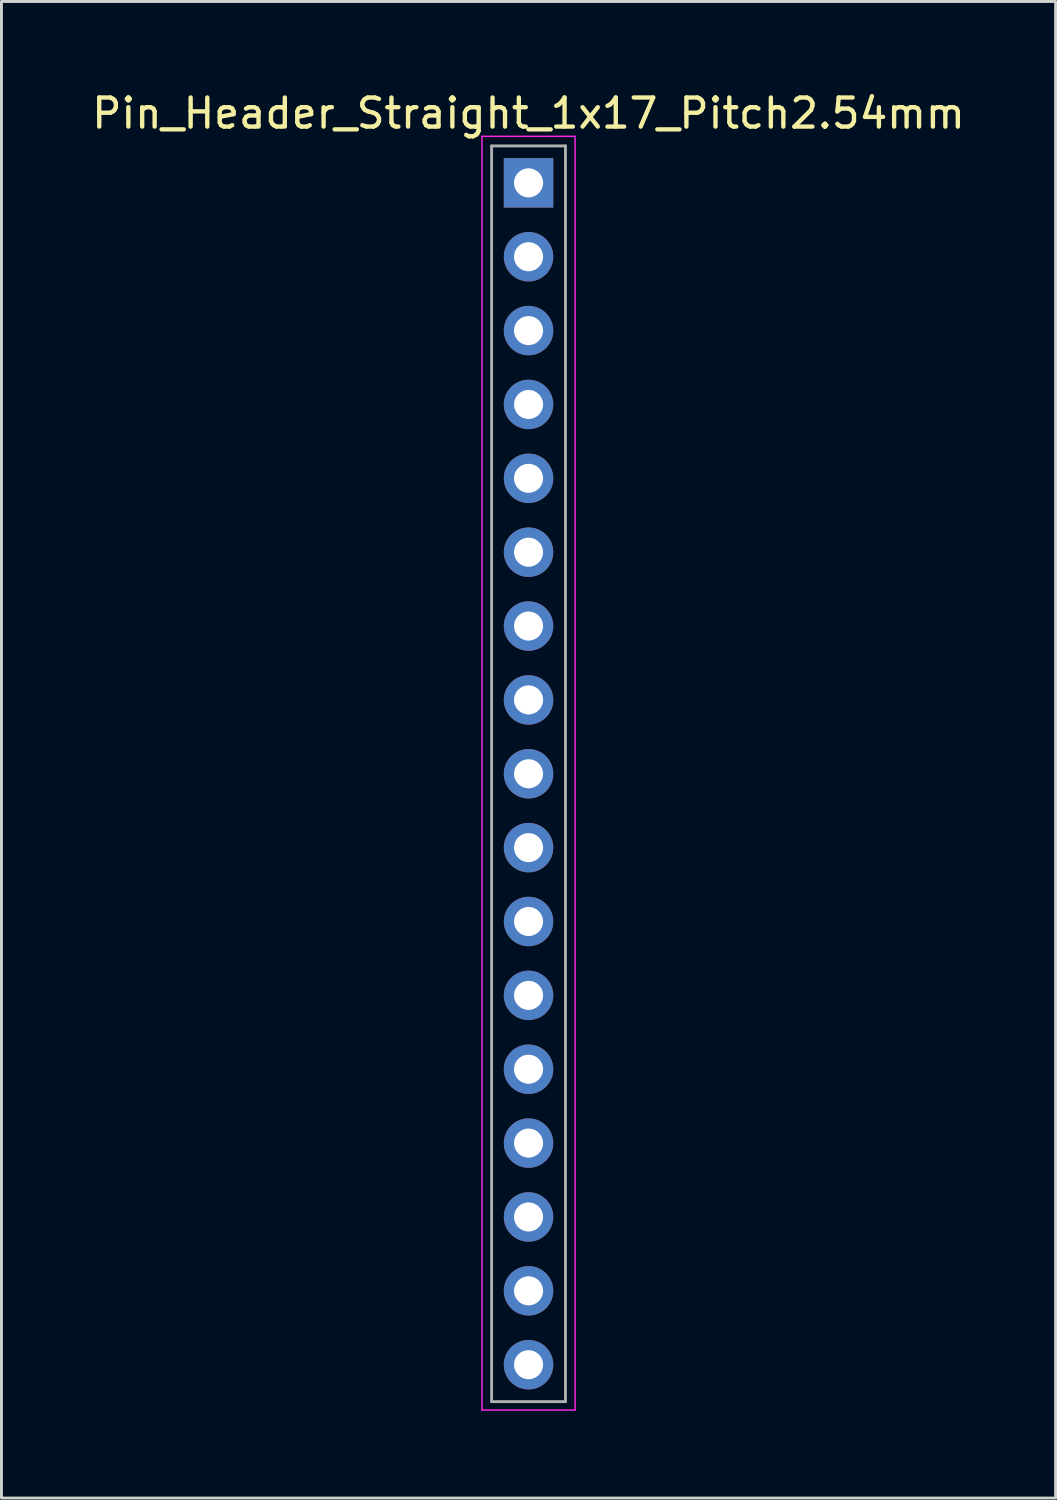
<source format=kicad_pcb>
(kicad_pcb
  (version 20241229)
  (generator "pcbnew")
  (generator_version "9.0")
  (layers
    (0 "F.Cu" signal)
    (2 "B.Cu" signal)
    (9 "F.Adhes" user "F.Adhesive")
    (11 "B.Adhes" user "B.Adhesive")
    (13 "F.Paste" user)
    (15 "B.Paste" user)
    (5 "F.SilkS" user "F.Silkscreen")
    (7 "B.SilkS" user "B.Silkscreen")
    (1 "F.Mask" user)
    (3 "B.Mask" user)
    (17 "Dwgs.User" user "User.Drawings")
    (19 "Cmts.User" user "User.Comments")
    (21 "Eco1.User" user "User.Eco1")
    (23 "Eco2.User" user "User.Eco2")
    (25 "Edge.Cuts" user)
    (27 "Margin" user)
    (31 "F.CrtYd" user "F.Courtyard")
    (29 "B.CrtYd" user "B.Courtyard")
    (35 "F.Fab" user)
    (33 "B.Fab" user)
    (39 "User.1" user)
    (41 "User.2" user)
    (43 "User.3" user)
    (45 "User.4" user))
  (footprint "Pin_Header_Straight_1x17_Pitch2.54mm"
    (layer "F.Cu")
    (at 15.125 3.238)
    (property "Reference" "Pin_Header_Straight_1x17_Pitch2.54mm" (at 0 -2.39 0) (layer "F.SilkS") (effects (font (size 1 1) (thickness 0.15))))
    (attr through_hole)
    (fp_line (start -1.6 -1.6) (end -1.6 42.2) (stroke (width 0.05) (type solid)) (layer "F.CrtYd"))
    (fp_line (start -1.6 42.2) (end 1.6 42.2) (stroke (width 0.05) (type solid)) (layer "F.CrtYd"))
    (fp_line (start 1.6 -1.6) (end -1.6 -1.6) (stroke (width 0.05) (type solid)) (layer "F.CrtYd"))
    (fp_line (start 1.6 42.2) (end 1.6 -1.6) (stroke (width 0.05) (type solid)) (layer "F.CrtYd"))
    (fp_line (start -1.27 -1.27) (end -1.27 41.91) (stroke (width 0.1) (type solid)) (layer "F.Fab"))
    (fp_line (start -1.27 41.91) (end 1.27 41.91) (stroke (width 0.1) (type solid)) (layer "F.Fab"))
    (fp_line (start 1.27 -1.27) (end -1.27 -1.27) (stroke (width 0.1) (type solid)) (layer "F.Fab"))
    (fp_line (start 1.27 41.91) (end 1.27 -1.27) (stroke (width 0.1) (type solid)) (layer "F.Fab"))
    (pad "1" thru_hole rect (at 0 0) (size 1.7 1.7) (drill 1) (layers "*.Cu" "*.Mask"))
    (pad "2" thru_hole oval (at 0 2.54) (size 1.7 1.7) (drill 1) (layers "*.Cu" "*.Mask"))
    (pad "3" thru_hole oval (at 0 5.08) (size 1.7 1.7) (drill 1) (layers "*.Cu" "*.Mask"))
    (pad "4" thru_hole oval (at 0 7.62) (size 1.7 1.7) (drill 1) (layers "*.Cu" "*.Mask"))
    (pad "5" thru_hole oval (at 0 10.16) (size 1.7 1.7) (drill 1) (layers "*.Cu" "*.Mask"))
    (pad "6" thru_hole oval (at 0 12.7) (size 1.7 1.7) (drill 1) (layers "*.Cu" "*.Mask"))
    (pad "7" thru_hole oval (at 0 15.24) (size 1.7 1.7) (drill 1) (layers "*.Cu" "*.Mask"))
    (pad "8" thru_hole oval (at 0 17.78) (size 1.7 1.7) (drill 1) (layers "*.Cu" "*.Mask"))
    (pad "9" thru_hole oval (at 0 20.32) (size 1.7 1.7) (drill 1) (layers "*.Cu" "*.Mask"))
    (pad "10" thru_hole oval (at 0 22.86) (size 1.7 1.7) (drill 1) (layers "*.Cu" "*.Mask"))
    (pad "11" thru_hole oval (at 0 25.4) (size 1.7 1.7) (drill 1) (layers "*.Cu" "*.Mask"))
    (pad "12" thru_hole oval (at 0 27.94) (size 1.7 1.7) (drill 1) (layers "*.Cu" "*.Mask"))
    (pad "13" thru_hole oval (at 0 30.48) (size 1.7 1.7) (drill 1) (layers "*.Cu" "*.Mask"))
    (pad "14" thru_hole oval (at 0 33.02) (size 1.7 1.7) (drill 1) (layers "*.Cu" "*.Mask"))
    (pad "15" thru_hole oval (at 0 35.56) (size 1.7 1.7) (drill 1) (layers "*.Cu" "*.Mask"))
    (pad "16" thru_hole oval (at 0 38.1) (size 1.7 1.7) (drill 1) (layers "*.Cu" "*.Mask"))
    (pad "17" thru_hole oval (at 0 40.64) (size 1.7 1.7) (drill 1) (layers "*.Cu" "*.Mask")))
  (gr_rect
    (start -3 -3)
    (end 33.25 48.463)
    (stroke (width 0.1) (type default))
    (fill no)
    (layer "Edge.Cuts")))
</source>
